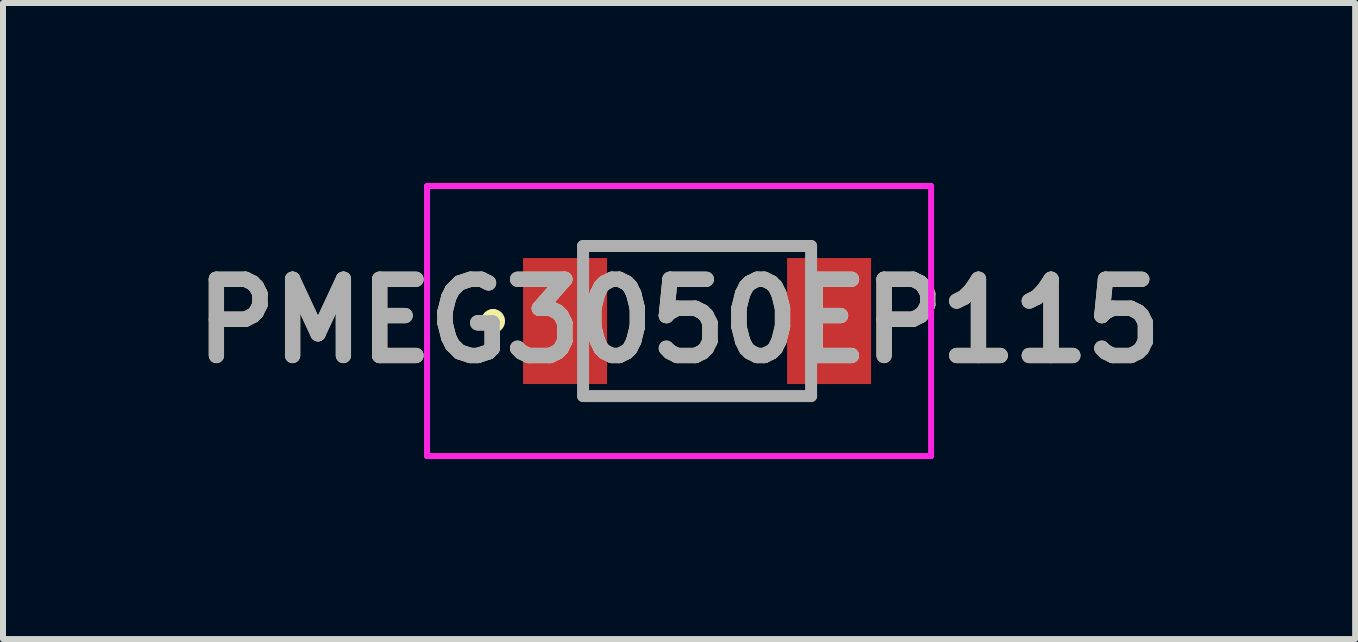
<source format=kicad_pcb>
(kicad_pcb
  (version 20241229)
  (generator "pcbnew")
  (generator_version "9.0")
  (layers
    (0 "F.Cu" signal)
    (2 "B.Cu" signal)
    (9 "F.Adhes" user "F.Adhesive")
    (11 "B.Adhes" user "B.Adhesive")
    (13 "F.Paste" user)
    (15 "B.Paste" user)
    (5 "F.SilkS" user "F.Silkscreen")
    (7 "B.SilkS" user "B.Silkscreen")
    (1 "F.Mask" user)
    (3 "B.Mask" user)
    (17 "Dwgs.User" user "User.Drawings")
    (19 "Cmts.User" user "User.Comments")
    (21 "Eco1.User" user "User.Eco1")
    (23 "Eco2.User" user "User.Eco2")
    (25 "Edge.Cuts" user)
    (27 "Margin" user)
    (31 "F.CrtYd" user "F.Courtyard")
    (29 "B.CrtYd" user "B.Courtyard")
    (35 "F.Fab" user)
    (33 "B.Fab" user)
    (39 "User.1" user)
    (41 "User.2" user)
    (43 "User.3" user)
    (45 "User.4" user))
  (footprint "PMEG3050EP115"
    (layer "F.Cu")
    (at 8.567 2.3)
    (property "Reference" "PMEG3050EP115" (at -0.3 0 0) (layer "F.SilkS") (effects (font (size 1.27 1.27) (thickness 0.254))))
    (attr smd)
    (fp_line (start -3.4 -0.1) (end -3.4 -0.1) (stroke (width 0.2) (type solid)) (layer "F.SilkS"))
    (fp_line (start -3.4 0.1) (end -3.4 0.1) (stroke (width 0.2) (type solid)) (layer "F.SilkS"))
    (fp_line (start -1.9 -1.25) (end 1.9 -1.25) (stroke (width 0.1) (type solid)) (layer "F.SilkS"))
    (fp_line (start -1.9 1.25) (end 1.9 1.25) (stroke (width 0.1) (type solid)) (layer "F.SilkS"))
    (fp_arc (start -3.4 -0.1) (mid -3.3 0) (end -3.4 0.1) (stroke (width 0.2) (type solid)) (layer "F.SilkS"))
    (fp_arc (start -3.4 0.1) (mid -3.5 0) (end -3.4 -0.1) (stroke (width 0.2) (type solid)) (layer "F.SilkS"))
    (fp_line (start -4.5 -2.25) (end 3.9 -2.25) (stroke (width 0.1) (type solid)) (layer "F.CrtYd"))
    (fp_line (start -4.5 2.25) (end -4.5 -2.25) (stroke (width 0.1) (type solid)) (layer "F.CrtYd"))
    (fp_line (start 3.9 -2.25) (end 3.9 2.25) (stroke (width 0.1) (type solid)) (layer "F.CrtYd"))
    (fp_line (start 3.9 2.25) (end -4.5 2.25) (stroke (width 0.1) (type solid)) (layer "F.CrtYd"))
    (fp_line (start -1.9 -1.25) (end 1.9 -1.25) (stroke (width 0.2) (type solid)) (layer "F.Fab"))
    (fp_line (start -1.9 1.25) (end -1.9 -1.25) (stroke (width 0.2) (type solid)) (layer "F.Fab"))
    (fp_line (start 1.9 -1.25) (end 1.9 1.25) (stroke (width 0.2) (type solid)) (layer "F.Fab"))
    (fp_line (start 1.9 1.25) (end -1.9 1.25) (stroke (width 0.2) (type solid)) (layer "F.Fab"))
    (fp_text user "${REFERENCE}" (at -0.3 0 0) (layer "F.Fab") (effects (font (size 1.27 1.27) (thickness 0.254))))
    (pad "1" smd rect (at -2.2 0) (size 1.4 2.1) (layers "F.Cu" "F.Mask" "F.Paste"))
    (pad "2" smd rect (at 2.2 0) (size 1.4 2.1) (layers "F.Cu" "F.Mask" "F.Paste")))
  (gr_rect
    (start -3 -3)
    (end 19.534 7.6)
    (stroke (width 0.1) (type default))
    (fill no)
    (layer "Edge.Cuts")))
</source>
